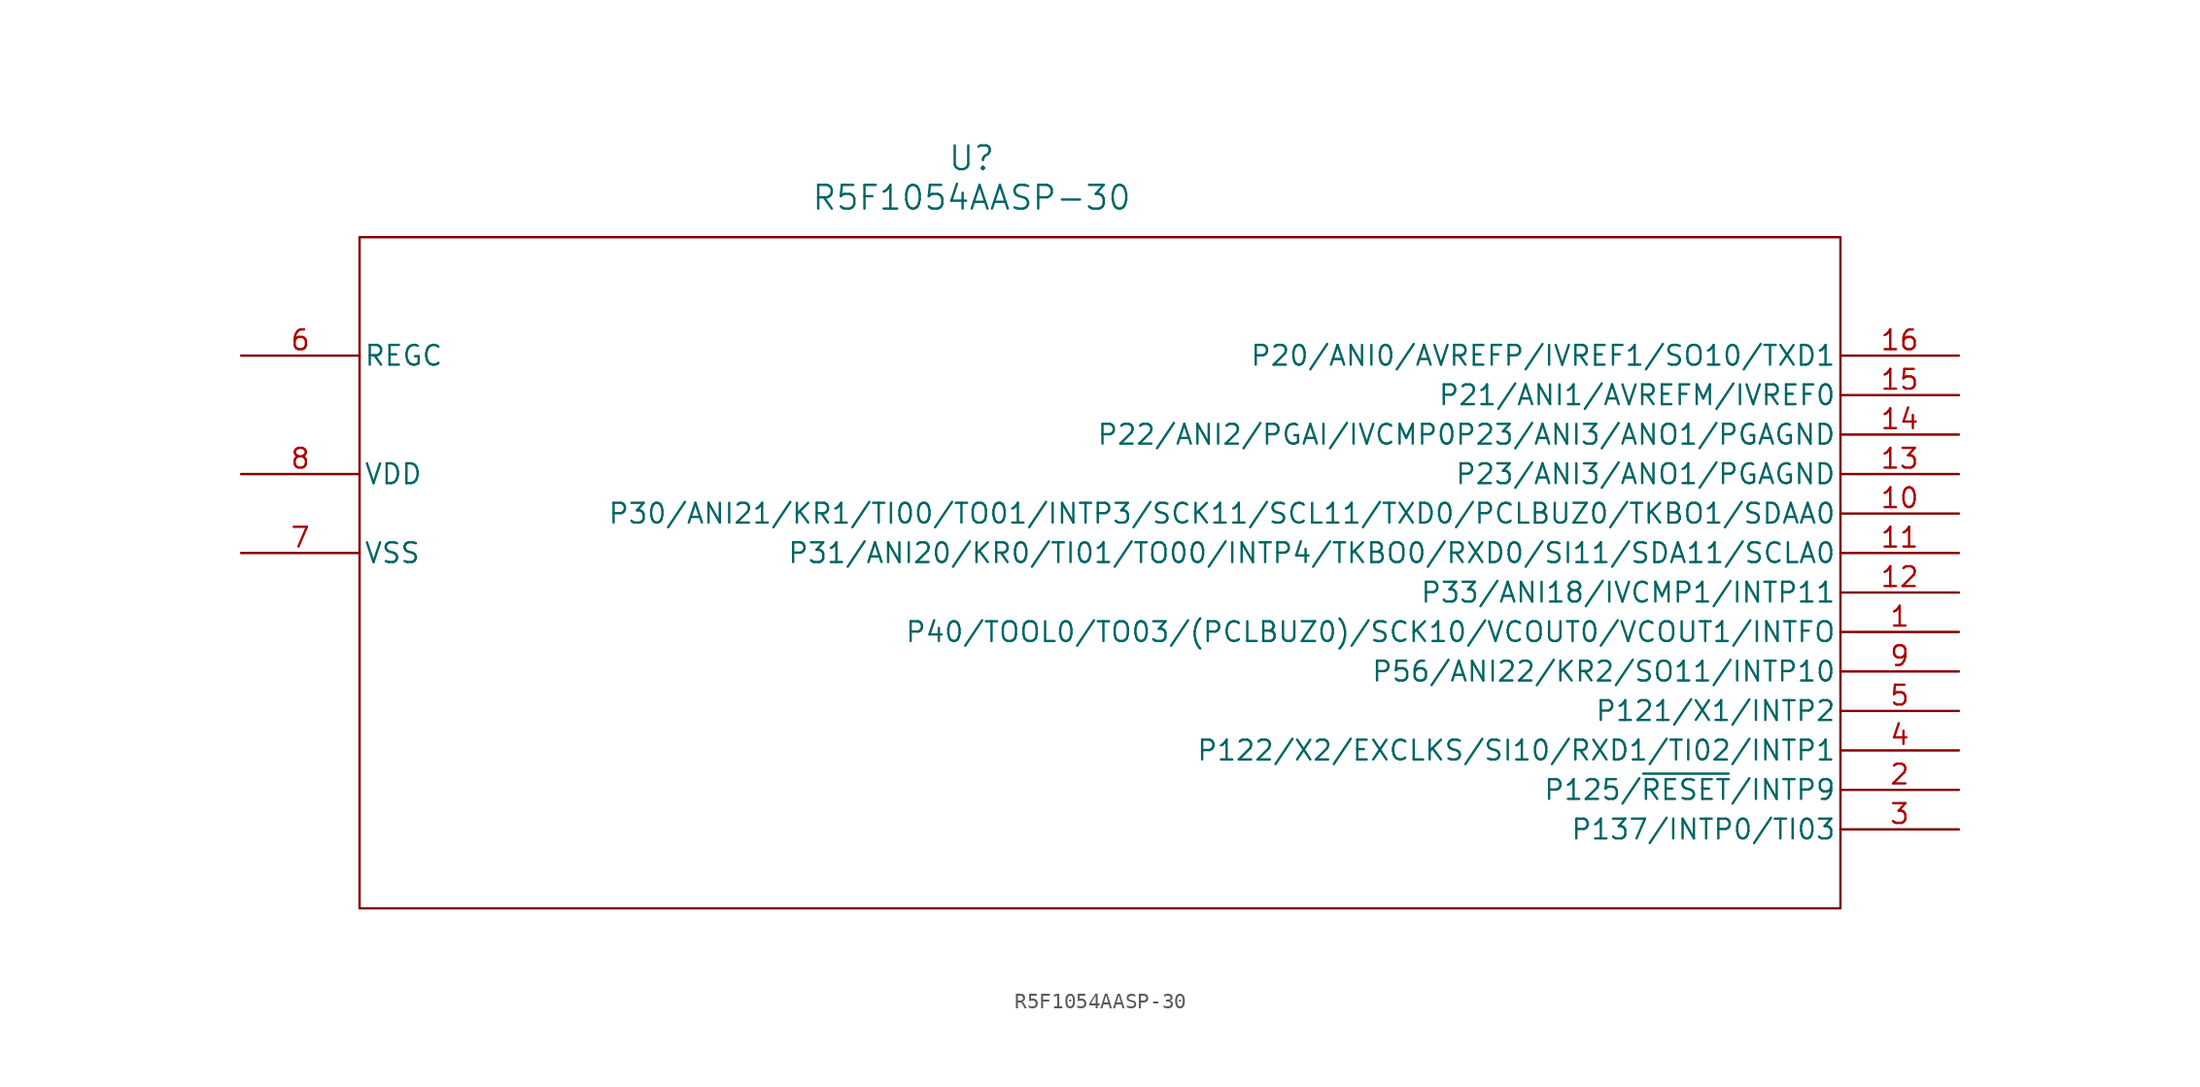
<source format=kicad_sym>
(kicad_symbol_lib
  (version 20220914)
  (generator kicad_symbol_editor)
  (symbol "R5F1054AASP-30"
    (pin_names
      (offset 0.254))
    (property "Reference" "U"
      (at 46.99 12.7 0)
      (effects (font (size 1.524 1.524))))
    (property "Value" "R5F1054AASP-30"
      (at 46.99 10.16 0)
      (effects (font (size 1.524 1.524))))
    (symbol "R5F1054AASP-30_0_1"
      (polyline (pts (xy 7.62 7.62) (xy 7.62 -35.56)) (stroke (width 0.127) (type default)) (fill (type none)))
      (pin bidirectional line (at 110.49 -17.78 180) (length 7.62) (name "P40/TOOL0/TO03/(PCLBUZ0)/SCK10/VCOUT0/VCOUT1/INTFO" (effects (font (size 1.27 1.27)))) (number "1" (effects (font (size 1.27 1.27)))))
      (pin bidirectional line (at 110.49 -10.16 180) (length 7.62) (name "P30/ANI21/KR1/TI00/TO01/INTP3/SCK11/SCL11/TXD0/PCLBUZ0/TKBO1/SDAA0" (effects (font (size 1.27 1.27)))) (number "10" (effects (font (size 1.27 1.27)))))
      (pin bidirectional line (at 110.49 -12.7 180) (length 7.62) (name "P31/ANI20/KR0/TI01/TO00/INTP4/TKBO0/RXD0/SI11/SDA11/SCLA0" (effects (font (size 1.27 1.27)))) (number "11" (effects (font (size 1.27 1.27)))))
      (pin bidirectional line (at 110.49 -15.24 180) (length 7.62) (name "P33/ANI18/IVCMP1/INTP11" (effects (font (size 1.27 1.27)))) (number "12" (effects (font (size 1.27 1.27)))))
      (pin bidirectional line (at 110.49 -7.62 180) (length 7.62) (name "P23/ANI3/ANO1/PGAGND" (effects (font (size 1.27 1.27)))) (number "13" (effects (font (size 1.27 1.27)))))
      (pin bidirectional line (at 110.49 -5.08 180) (length 7.62) (name "P22/ANI2/PGAI/IVCMP0P23/ANI3/ANO1/PGAGND" (effects (font (size 1.27 1.27)))) (number "14" (effects (font (size 1.27 1.27)))))
      (pin bidirectional line (at 110.49 -2.54 180) (length 7.62) (name "P21/ANI1/AVREFM/IVREF0" (effects (font (size 1.27 1.27)))) (number "15" (effects (font (size 1.27 1.27)))))
      (pin bidirectional line (at 110.49 0 180) (length 7.62) (name "P20/ANI0/AVREFP/IVREF1/SO10/TXD1" (effects (font (size 1.27 1.27)))) (number "16" (effects (font (size 1.27 1.27)))))
      (pin bidirectional line (at 110.49 -30.48 180) (length 7.62) (name "P137/INTP0/TI03" (effects (font (size 1.27 1.27)))) (number "3" (effects (font (size 1.27 1.27)))))
      (pin bidirectional line (at 110.49 -25.4 180) (length 7.62) (name "P122/X2/EXCLKS/SI10/RXD1/TI02/INTP1" (effects (font (size 1.27 1.27)))) (number "4" (effects (font (size 1.27 1.27)))))
      (pin bidirectional line (at 110.49 -22.86 180) (length 7.62) (name "P121/X1/INTP2" (effects (font (size 1.27 1.27)))) (number "5" (effects (font (size 1.27 1.27)))))
      (pin unspecified line (at 0 0 0) (length 7.62) (name "REGC" (effects (font (size 1.27 1.27)))) (number "6" (effects (font (size 1.27 1.27)))))
      (pin power_in line (at 0 -12.7 0) (length 7.62) (name "VSS" (effects (font (size 1.27 1.27)))) (number "7" (effects (font (size 1.27 1.27)))))
      (pin power_in line (at 0 -7.62 0) (length 7.62) (name "VDD" (effects (font (size 1.27 1.27)))) (number "8" (effects (font (size 1.27 1.27)))))
      (pin bidirectional line (at 110.49 -20.32 180) (length 7.62) (name "P56/ANI22/KR2/SO11/INTP10" (effects (font (size 1.27 1.27)))) (number "9" (effects (font (size 1.27 1.27))))))
    (symbol "R5F1054AASP-30_1_1"
      (rectangle (start 7.62 7.62) (end 102.87 -35.56) (stroke (width 0) (type default)) (fill (type none)))
      (pin bidirectional line (at 110.49 -27.94 180) (length 7.62) (name "P125/~{RESET}/INTP9" (effects (font (size 1.27 1.27)))) (number "2" (effects (font (size 1.27 1.27))))))))
</source>
